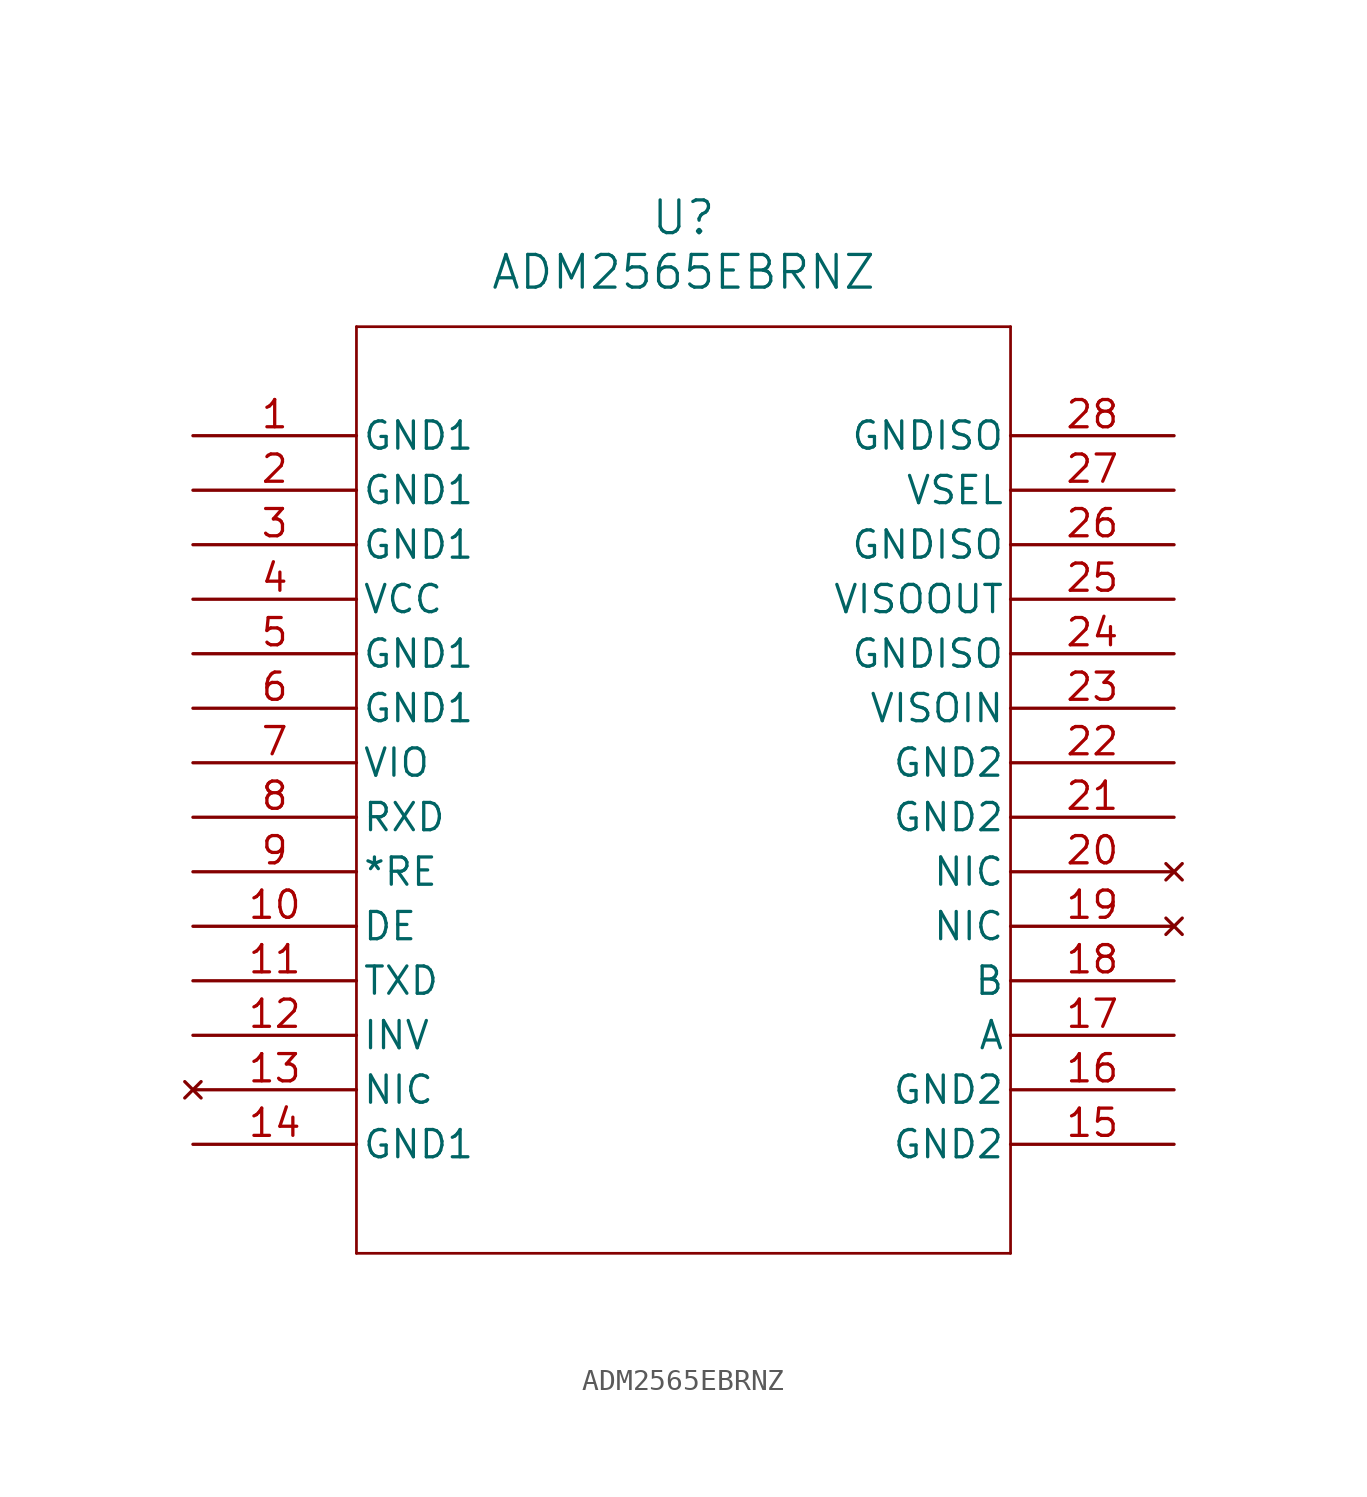
<source format=kicad_sym>
(kicad_symbol_lib
  (version 20211014)
  (generator kicad_symbol_editor)
  (symbol "ADM2565EBRNZ"
    (pin_names
      (offset 0.254))
    (property "Reference" "U"
      (at 22.86 10.16 0)
      (effects (font (size 1.524 1.524))))
    (property "Value" "ADM2565EBRNZ"
      (at 22.86 7.62 0)
      (effects (font (size 1.524 1.524))))
    (symbol "ADM2565EBRNZ_0_1"
      (polyline (pts (xy 7.62 5.08) (xy 7.62 -38.1)) (stroke (width 0.127) (type default) (color 0 0 0 0)) (fill (type none)))
      (polyline (pts (xy 7.62 -38.1) (xy 38.1 -38.1)) (stroke (width 0.127) (type default) (color 0 0 0 0)) (fill (type none)))
      (polyline (pts (xy 38.1 -38.1) (xy 38.1 5.08)) (stroke (width 0.127) (type default) (color 0 0 0 0)) (fill (type none)))
      (polyline (pts (xy 38.1 5.08) (xy 7.62 5.08)) (stroke (width 0.127) (type default) (color 0 0 0 0)) (fill (type none)))
      (pin power_out line (at 0 0 0) (length 7.62) (name "GND1" (effects (font (size 1.27 1.27)))) (number "1" (effects (font (size 1.27 1.27)))))
      (pin power_out line (at 0 -2.54 0) (length 7.62) (name "GND1" (effects (font (size 1.27 1.27)))) (number "2" (effects (font (size 1.27 1.27)))))
      (pin power_out line (at 0 -5.08 0) (length 7.62) (name "GND1" (effects (font (size 1.27 1.27)))) (number "3" (effects (font (size 1.27 1.27)))))
      (pin power_in line (at 0 -7.62 0) (length 7.62) (name "VCC" (effects (font (size 1.27 1.27)))) (number "4" (effects (font (size 1.27 1.27)))))
      (pin power_out line (at 0 -10.16 0) (length 7.62) (name "GND1" (effects (font (size 1.27 1.27)))) (number "5" (effects (font (size 1.27 1.27)))))
      (pin power_out line (at 0 -12.7 0) (length 7.62) (name "GND1" (effects (font (size 1.27 1.27)))) (number "6" (effects (font (size 1.27 1.27)))))
      (pin power_in line (at 0 -15.24 0) (length 7.62) (name "VIO" (effects (font (size 1.27 1.27)))) (number "7" (effects (font (size 1.27 1.27)))))
      (pin output line (at 0 -17.78 0) (length 7.62) (name "RXD" (effects (font (size 1.27 1.27)))) (number "8" (effects (font (size 1.27 1.27)))))
      (pin input line (at 0 -20.32 0) (length 7.62) (name "*RE" (effects (font (size 1.27 1.27)))) (number "9" (effects (font (size 1.27 1.27)))))
      (pin unspecified line (at 0 -22.86 0) (length 7.62) (name "DE" (effects (font (size 1.27 1.27)))) (number "10" (effects (font (size 1.27 1.27)))))
      (pin input line (at 0 -25.4 0) (length 7.62) (name "TXD" (effects (font (size 1.27 1.27)))) (number "11" (effects (font (size 1.27 1.27)))))
      (pin input line (at 0 -27.94 0) (length 7.62) (name "INV" (effects (font (size 1.27 1.27)))) (number "12" (effects (font (size 1.27 1.27)))))
      (pin no_connect line (at 0 -30.48 0) (length 7.62) (name "NIC" (effects (font (size 1.27 1.27)))) (number "13" (effects (font (size 1.27 1.27)))))
      (pin power_out line (at 0 -33.02 0) (length 7.62) (name "GND1" (effects (font (size 1.27 1.27)))) (number "14" (effects (font (size 1.27 1.27)))))
      (pin power_out line (at 45.72 -33.02 180) (length 7.62) (name "GND2" (effects (font (size 1.27 1.27)))) (number "15" (effects (font (size 1.27 1.27)))))
      (pin power_out line (at 45.72 -30.48 180) (length 7.62) (name "GND2" (effects (font (size 1.27 1.27)))) (number "16" (effects (font (size 1.27 1.27)))))
      (pin bidirectional line (at 45.72 -27.94 180) (length 7.62) (name "A" (effects (font (size 1.27 1.27)))) (number "17" (effects (font (size 1.27 1.27)))))
      (pin bidirectional line (at 45.72 -25.4 180) (length 7.62) (name "B" (effects (font (size 1.27 1.27)))) (number "18" (effects (font (size 1.27 1.27)))))
      (pin no_connect line (at 45.72 -22.86 180) (length 7.62) (name "NIC" (effects (font (size 1.27 1.27)))) (number "19" (effects (font (size 1.27 1.27)))))
      (pin no_connect line (at 45.72 -20.32 180) (length 7.62) (name "NIC" (effects (font (size 1.27 1.27)))) (number "20" (effects (font (size 1.27 1.27)))))
      (pin power_out line (at 45.72 -17.78 180) (length 7.62) (name "GND2" (effects (font (size 1.27 1.27)))) (number "21" (effects (font (size 1.27 1.27)))))
      (pin power_out line (at 45.72 -15.24 180) (length 7.62) (name "GND2" (effects (font (size 1.27 1.27)))) (number "22" (effects (font (size 1.27 1.27)))))
      (pin power_in line (at 45.72 -12.7 180) (length 7.62) (name "VISOIN" (effects (font (size 1.27 1.27)))) (number "23" (effects (font (size 1.27 1.27)))))
      (pin power_out line (at 45.72 -10.16 180) (length 7.62) (name "GNDISO" (effects (font (size 1.27 1.27)))) (number "24" (effects (font (size 1.27 1.27)))))
      (pin power_in line (at 45.72 -7.62 180) (length 7.62) (name "VISOOUT" (effects (font (size 1.27 1.27)))) (number "25" (effects (font (size 1.27 1.27)))))
      (pin power_out line (at 45.72 -5.08 180) (length 7.62) (name "GNDISO" (effects (font (size 1.27 1.27)))) (number "26" (effects (font (size 1.27 1.27)))))
      (pin unspecified line (at 45.72 -2.54 180) (length 7.62) (name "VSEL" (effects (font (size 1.27 1.27)))) (number "27" (effects (font (size 1.27 1.27)))))
      (pin power_out line (at 45.72 0 180) (length 7.62) (name "GNDISO" (effects (font (size 1.27 1.27)))) (number "28" (effects (font (size 1.27 1.27))))))))
</source>
